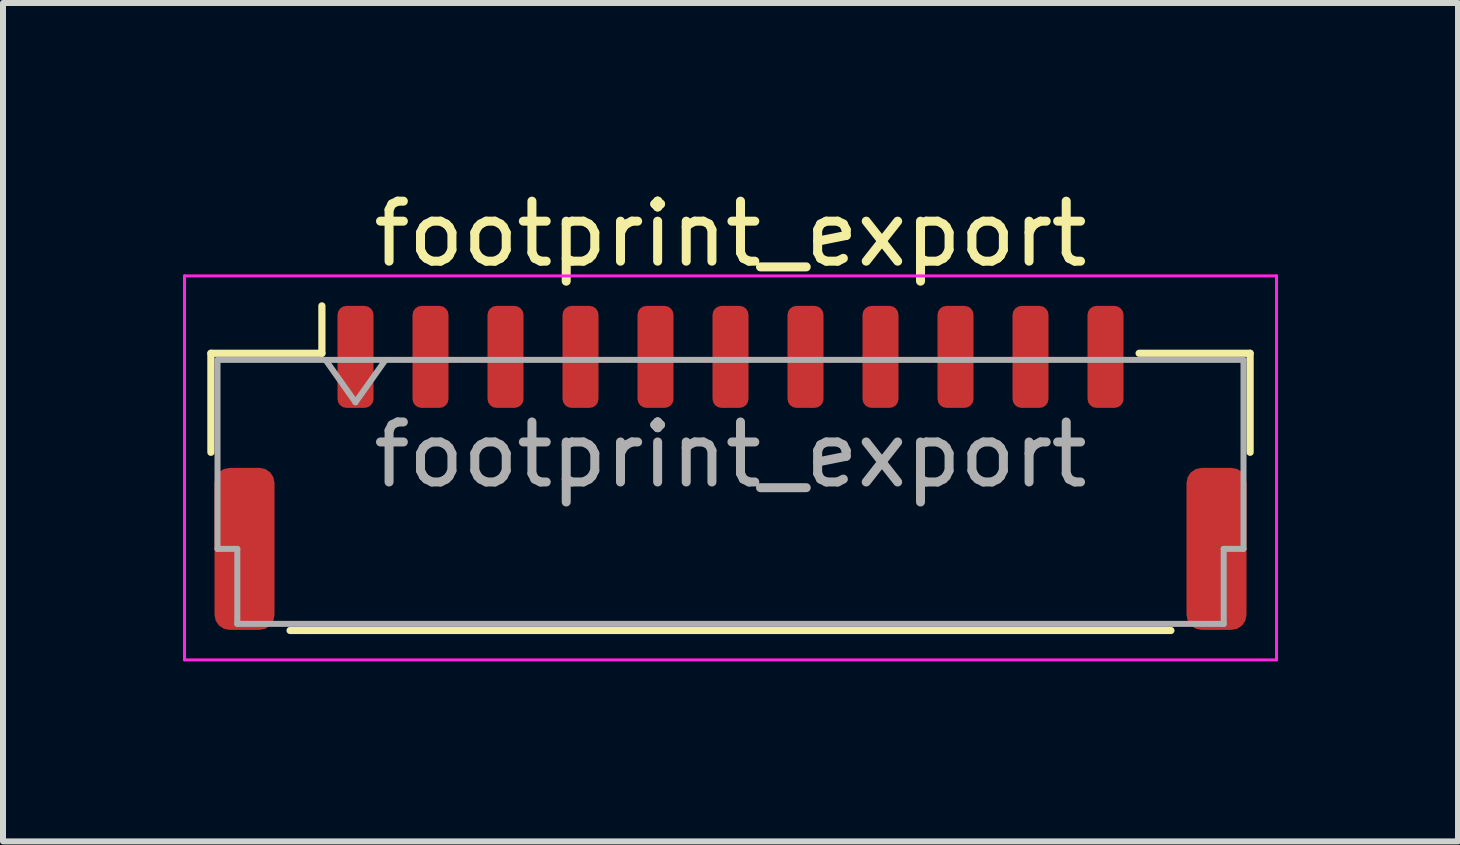
<source format=kicad_pcb>
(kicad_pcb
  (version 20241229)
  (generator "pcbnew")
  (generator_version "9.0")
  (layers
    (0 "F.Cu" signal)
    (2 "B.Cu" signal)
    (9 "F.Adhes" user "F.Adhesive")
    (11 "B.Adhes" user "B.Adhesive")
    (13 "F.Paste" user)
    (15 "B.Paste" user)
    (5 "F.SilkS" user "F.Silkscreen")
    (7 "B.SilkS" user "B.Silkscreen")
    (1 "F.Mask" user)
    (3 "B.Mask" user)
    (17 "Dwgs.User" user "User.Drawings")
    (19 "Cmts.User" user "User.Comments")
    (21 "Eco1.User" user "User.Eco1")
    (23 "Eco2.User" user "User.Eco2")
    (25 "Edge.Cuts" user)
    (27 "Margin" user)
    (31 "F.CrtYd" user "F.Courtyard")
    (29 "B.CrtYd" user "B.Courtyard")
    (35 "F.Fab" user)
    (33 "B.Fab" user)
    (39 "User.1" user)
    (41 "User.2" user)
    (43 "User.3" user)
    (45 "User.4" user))
  (footprint "footprint_export"
    (layer "F.Cu")
    (at 9.125 4.748)
    (property "Reference" "footprint_export" (at 0 -3.9 0) (layer "F.SilkS") (effects (font (size 1 1) (thickness 0.15))))
    (attr smd)
    (fp_line (start -8.66 -1.91) (end -6.81 -1.91) (stroke (width 0.12) (type solid)) (layer "F.SilkS"))
    (fp_line (start -8.66 -0.26) (end -8.66 -1.91) (stroke (width 0.12) (type solid)) (layer "F.SilkS"))
    (fp_line (start -7.34 2.71) (end 7.34 2.71) (stroke (width 0.12) (type solid)) (layer "F.SilkS"))
    (fp_line (start -6.81 -1.91) (end -6.81 -2.7) (stroke (width 0.12) (type solid)) (layer "F.SilkS"))
    (fp_line (start 8.66 -1.91) (end 6.81 -1.91) (stroke (width 0.12) (type solid)) (layer "F.SilkS"))
    (fp_line (start 8.66 -0.26) (end 8.66 -1.91) (stroke (width 0.12) (type solid)) (layer "F.SilkS"))
    (fp_line (start -9.1 -3.2) (end -9.1 3.2) (stroke (width 0.05) (type solid)) (layer "F.CrtYd"))
    (fp_line (start -9.1 3.2) (end 9.1 3.2) (stroke (width 0.05) (type solid)) (layer "F.CrtYd"))
    (fp_line (start 9.1 -3.2) (end -9.1 -3.2) (stroke (width 0.05) (type solid)) (layer "F.CrtYd"))
    (fp_line (start 9.1 3.2) (end 9.1 -3.2) (stroke (width 0.05) (type solid)) (layer "F.CrtYd"))
    (fp_line (start -8.55 -1.8) (end -8.55 1.35) (stroke (width 0.1) (type solid)) (layer "F.Fab"))
    (fp_line (start -8.55 -1.8) (end 8.55 -1.8) (stroke (width 0.1) (type solid)) (layer "F.Fab"))
    (fp_line (start -8.55 1.35) (end -8.22 1.35) (stroke (width 0.1) (type solid)) (layer "F.Fab"))
    (fp_line (start -8.22 1.35) (end -8.22 2.6) (stroke (width 0.1) (type solid)) (layer "F.Fab"))
    (fp_line (start -8.22 2.6) (end 8.22 2.6) (stroke (width 0.1) (type solid)) (layer "F.Fab"))
    (fp_line (start -6.75 -1.8) (end -6.25 -1.093) (stroke (width 0.1) (type solid)) (layer "F.Fab"))
    (fp_line (start -6.25 -1.093) (end -5.75 -1.8) (stroke (width 0.1) (type solid)) (layer "F.Fab"))
    (fp_line (start 8.22 1.35) (end 8.55 1.35) (stroke (width 0.1) (type solid)) (layer "F.Fab"))
    (fp_line (start 8.22 2.6) (end 8.22 1.35) (stroke (width 0.1) (type solid)) (layer "F.Fab"))
    (fp_line (start 8.55 -1.8) (end 8.55 1.35) (stroke (width 0.1) (type solid)) (layer "F.Fab"))
    (fp_text user "${REFERENCE}" (at 0 -0.22 0) (layer "F.Fab") (effects (font (size 1 1) (thickness 0.15))))
    (pad "1" smd roundrect (at -6.25 -1.85) (size 0.6 1.7) (layers "F.Cu" "F.Mask" "F.Paste") (roundrect_rratio 0.25))
    (pad "2" smd roundrect (at -5 -1.85) (size 0.6 1.7) (layers "F.Cu" "F.Mask" "F.Paste") (roundrect_rratio 0.25))
    (pad "3" smd roundrect (at -3.75 -1.85) (size 0.6 1.7) (layers "F.Cu" "F.Mask" "F.Paste") (roundrect_rratio 0.25))
    (pad "4" smd roundrect (at -2.5 -1.85) (size 0.6 1.7) (layers "F.Cu" "F.Mask" "F.Paste") (roundrect_rratio 0.25))
    (pad "5" smd roundrect (at -1.25 -1.85) (size 0.6 1.7) (layers "F.Cu" "F.Mask" "F.Paste") (roundrect_rratio 0.25))
    (pad "6" smd roundrect (at 0 -1.85) (size 0.6 1.7) (layers "F.Cu" "F.Mask" "F.Paste") (roundrect_rratio 0.25))
    (pad "7" smd roundrect (at 1.25 -1.85) (size 0.6 1.7) (layers "F.Cu" "F.Mask" "F.Paste") (roundrect_rratio 0.25))
    (pad "8" smd roundrect (at 2.5 -1.85) (size 0.6 1.7) (layers "F.Cu" "F.Mask" "F.Paste") (roundrect_rratio 0.25))
    (pad "9" smd roundrect (at 3.75 -1.85) (size 0.6 1.7) (layers "F.Cu" "F.Mask" "F.Paste") (roundrect_rratio 0.25))
    (pad "10" smd roundrect (at 5 -1.85) (size 0.6 1.7) (layers "F.Cu" "F.Mask" "F.Paste") (roundrect_rratio 0.25))
    (pad "11" smd roundrect (at 6.25 -1.85) (size 0.6 1.7) (layers "F.Cu" "F.Mask" "F.Paste") (roundrect_rratio 0.25))
    (pad "MP" smd roundrect (at -8.1 1.35) (size 1 2.7) (layers "F.Cu" "F.Mask" "F.Paste") (roundrect_rratio 0.25))
    (pad "MP" smd roundrect (at 8.1 1.35) (size 1 2.7) (layers "F.Cu" "F.Mask" "F.Paste") (roundrect_rratio 0.25)))
  (gr_rect
    (start -3 -3)
    (end 21.25 10.973)
    (stroke (width 0.1) (type default))
    (fill no)
    (layer "Edge.Cuts")))
</source>
